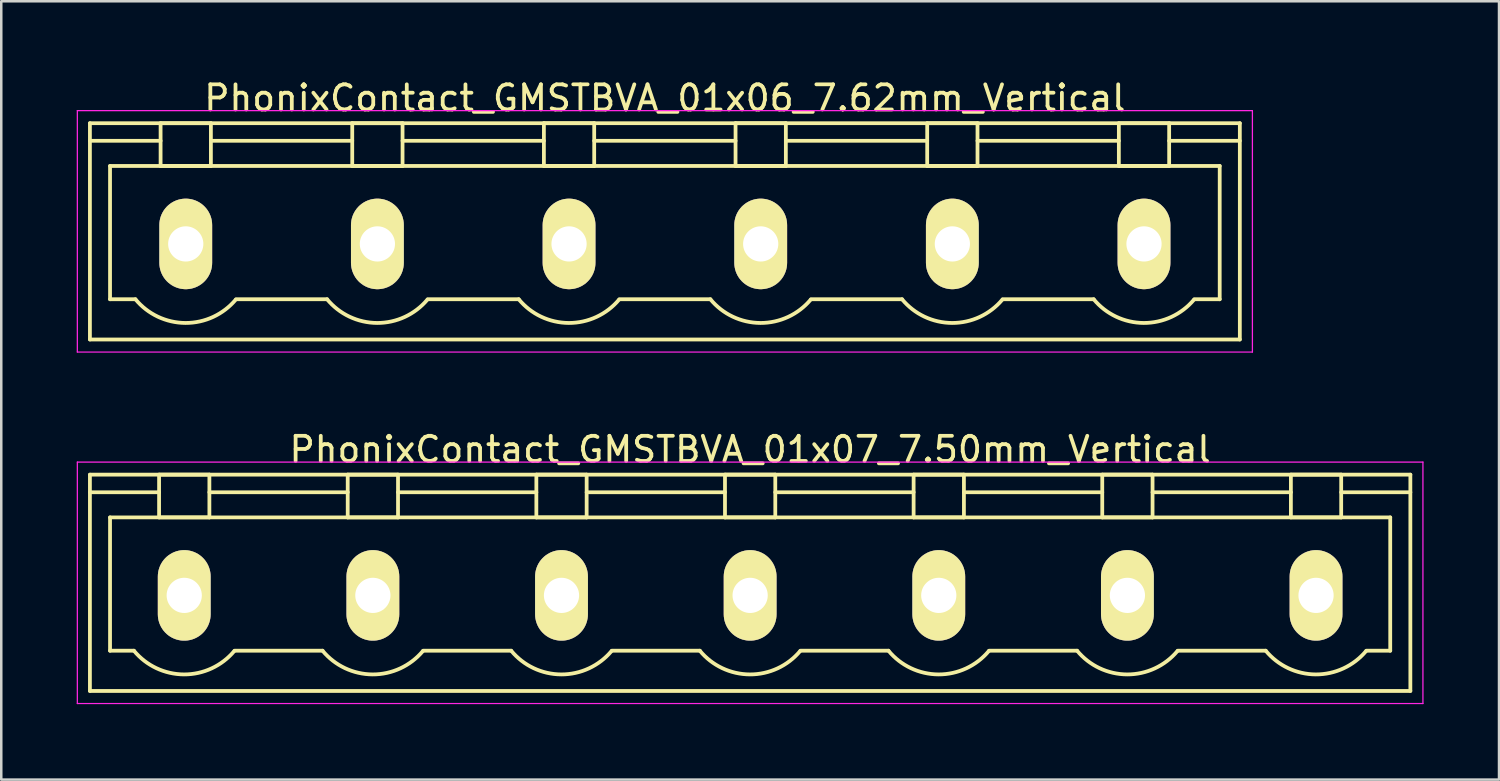
<source format=kicad_pcb>
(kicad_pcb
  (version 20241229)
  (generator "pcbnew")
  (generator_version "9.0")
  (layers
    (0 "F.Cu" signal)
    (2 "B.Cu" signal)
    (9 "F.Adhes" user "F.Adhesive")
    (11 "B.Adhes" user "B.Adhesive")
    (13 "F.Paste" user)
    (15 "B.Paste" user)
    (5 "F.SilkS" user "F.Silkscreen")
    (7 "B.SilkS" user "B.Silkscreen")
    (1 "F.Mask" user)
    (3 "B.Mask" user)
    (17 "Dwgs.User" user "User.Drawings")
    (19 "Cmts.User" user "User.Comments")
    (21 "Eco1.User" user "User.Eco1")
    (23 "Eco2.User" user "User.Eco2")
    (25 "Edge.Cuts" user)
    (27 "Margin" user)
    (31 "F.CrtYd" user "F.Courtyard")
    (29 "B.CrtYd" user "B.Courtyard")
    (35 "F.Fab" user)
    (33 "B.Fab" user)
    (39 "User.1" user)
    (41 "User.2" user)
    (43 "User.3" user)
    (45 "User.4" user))
  (footprint "PhonixContact_GMSTBVA_01x06_7.62mm_Vertical"
    (layer "F.Cu")
    (at 4.335 6.648)
    (property "Reference" "PhonixContact_GMSTBVA_01x06_7.62mm_Vertical" (at 19.05 -5.8 0) (layer "F.SilkS") (effects (font (size 1 1) (thickness 0.15))))
    (attr through_hole)
    (fp_line (start -3.81 -4.8) (end -3.81 3.8) (stroke (width 0.15) (type solid)) (layer "F.SilkS"))
    (fp_line (start -3.81 -4.1) (end -1 -4.1) (stroke (width 0.15) (type solid)) (layer "F.SilkS"))
    (fp_line (start -3.81 3.8) (end 41.91 3.8) (stroke (width 0.15) (type solid)) (layer "F.SilkS"))
    (fp_line (start -3.01 -3.1) (end 41.11 -3.1) (stroke (width 0.15) (type solid)) (layer "F.SilkS"))
    (fp_line (start -3.01 2.2) (end -3.01 -3.1) (stroke (width 0.15) (type solid)) (layer "F.SilkS"))
    (fp_line (start -2 2.2) (end -3.01 2.2) (stroke (width 0.15) (type solid)) (layer "F.SilkS"))
    (fp_line (start -1 -4.8) (end 1 -4.8) (stroke (width 0.15) (type solid)) (layer "F.SilkS"))
    (fp_line (start -1 -3.1) (end -1 -4.8) (stroke (width 0.15) (type solid)) (layer "F.SilkS"))
    (fp_line (start 1 -4.8) (end 1 -3.1) (stroke (width 0.15) (type solid)) (layer "F.SilkS"))
    (fp_line (start 1 -4.1) (end 6.62 -4.1) (stroke (width 0.15) (type solid)) (layer "F.SilkS"))
    (fp_line (start 1 -3.1) (end -1 -3.1) (stroke (width 0.15) (type solid)) (layer "F.SilkS"))
    (fp_line (start 2 2.2) (end 5.62 2.2) (stroke (width 0.15) (type solid)) (layer "F.SilkS"))
    (fp_line (start 6.62 -4.8) (end 8.62 -4.8) (stroke (width 0.15) (type solid)) (layer "F.SilkS"))
    (fp_line (start 6.62 -3.1) (end 6.62 -4.8) (stroke (width 0.15) (type solid)) (layer "F.SilkS"))
    (fp_line (start 8.62 -4.8) (end 8.62 -3.1) (stroke (width 0.15) (type solid)) (layer "F.SilkS"))
    (fp_line (start 8.62 -4.1) (end 14.24 -4.1) (stroke (width 0.15) (type solid)) (layer "F.SilkS"))
    (fp_line (start 8.62 -3.1) (end 6.62 -3.1) (stroke (width 0.15) (type solid)) (layer "F.SilkS"))
    (fp_line (start 9.62 2.2) (end 13.24 2.2) (stroke (width 0.15) (type solid)) (layer "F.SilkS"))
    (fp_line (start 14.24 -4.8) (end 16.24 -4.8) (stroke (width 0.15) (type solid)) (layer "F.SilkS"))
    (fp_line (start 14.24 -3.1) (end 14.24 -4.8) (stroke (width 0.15) (type solid)) (layer "F.SilkS"))
    (fp_line (start 16.24 -4.8) (end 16.24 -3.1) (stroke (width 0.15) (type solid)) (layer "F.SilkS"))
    (fp_line (start 16.24 -4.1) (end 21.86 -4.1) (stroke (width 0.15) (type solid)) (layer "F.SilkS"))
    (fp_line (start 16.24 -3.1) (end 14.24 -3.1) (stroke (width 0.15) (type solid)) (layer "F.SilkS"))
    (fp_line (start 17.24 2.2) (end 20.86 2.2) (stroke (width 0.15) (type solid)) (layer "F.SilkS"))
    (fp_line (start 21.86 -4.8) (end 23.86 -4.8) (stroke (width 0.15) (type solid)) (layer "F.SilkS"))
    (fp_line (start 21.86 -3.1) (end 21.86 -4.8) (stroke (width 0.15) (type solid)) (layer "F.SilkS"))
    (fp_line (start 23.86 -4.8) (end 23.86 -3.1) (stroke (width 0.15) (type solid)) (layer "F.SilkS"))
    (fp_line (start 23.86 -4.1) (end 29.48 -4.1) (stroke (width 0.15) (type solid)) (layer "F.SilkS"))
    (fp_line (start 23.86 -3.1) (end 21.86 -3.1) (stroke (width 0.15) (type solid)) (layer "F.SilkS"))
    (fp_line (start 24.86 2.2) (end 28.48 2.2) (stroke (width 0.15) (type solid)) (layer "F.SilkS"))
    (fp_line (start 29.48 -4.8) (end 31.48 -4.8) (stroke (width 0.15) (type solid)) (layer "F.SilkS"))
    (fp_line (start 29.48 -3.1) (end 29.48 -4.8) (stroke (width 0.15) (type solid)) (layer "F.SilkS"))
    (fp_line (start 31.48 -4.8) (end 31.48 -3.1) (stroke (width 0.15) (type solid)) (layer "F.SilkS"))
    (fp_line (start 31.48 -4.1) (end 37.1 -4.1) (stroke (width 0.15) (type solid)) (layer "F.SilkS"))
    (fp_line (start 31.48 -3.1) (end 29.48 -3.1) (stroke (width 0.15) (type solid)) (layer "F.SilkS"))
    (fp_line (start 32.48 2.2) (end 36.1 2.2) (stroke (width 0.15) (type solid)) (layer "F.SilkS"))
    (fp_line (start 37.1 -4.8) (end 39.1 -4.8) (stroke (width 0.15) (type solid)) (layer "F.SilkS"))
    (fp_line (start 37.1 -3.1) (end 37.1 -4.8) (stroke (width 0.15) (type solid)) (layer "F.SilkS"))
    (fp_line (start 39.1 -4.8) (end 39.1 -3.1) (stroke (width 0.15) (type solid)) (layer "F.SilkS"))
    (fp_line (start 39.1 -3.1) (end 37.1 -3.1) (stroke (width 0.15) (type solid)) (layer "F.SilkS"))
    (fp_line (start 41.11 -3.1) (end 41.11 2.2) (stroke (width 0.15) (type solid)) (layer "F.SilkS"))
    (fp_line (start 41.11 2.2) (end 40.1 2.2) (stroke (width 0.15) (type solid)) (layer "F.SilkS"))
    (fp_line (start 41.91 -4.8) (end -3.81 -4.8) (stroke (width 0.15) (type solid)) (layer "F.SilkS"))
    (fp_line (start 41.91 -4.1) (end 39.1 -4.1) (stroke (width 0.15) (type solid)) (layer "F.SilkS"))
    (fp_line (start 41.91 3.8) (end 41.91 -4.8) (stroke (width 0.15) (type solid)) (layer "F.SilkS"))
    (fp_arc (start 1.986842 2.215821) (mid -0.010289 3.142758) (end -2 2.2) (stroke (width 0.15) (type solid)) (layer "F.SilkS"))
    (fp_arc (start 9.606842 2.215821) (mid 7.609711 3.142758) (end 5.62 2.2) (stroke (width 0.15) (type solid)) (layer "F.SilkS"))
    (fp_arc (start 17.226842 2.215821) (mid 15.229711 3.142758) (end 13.24 2.2) (stroke (width 0.15) (type solid)) (layer "F.SilkS"))
    (fp_arc (start 24.846842 2.215821) (mid 22.849711 3.142758) (end 20.86 2.2) (stroke (width 0.15) (type solid)) (layer "F.SilkS"))
    (fp_arc (start 32.466842 2.215821) (mid 30.469711 3.142758) (end 28.48 2.2) (stroke (width 0.15) (type solid)) (layer "F.SilkS"))
    (fp_arc (start 40.086842 2.215821) (mid 38.089711 3.142758) (end 36.1 2.2) (stroke (width 0.15) (type solid)) (layer "F.SilkS"))
    (fp_line (start -4.31 -5.3) (end -4.31 4.3) (stroke (width 0.05) (type solid)) (layer "F.CrtYd"))
    (fp_line (start -4.31 4.3) (end 42.41 4.3) (stroke (width 0.05) (type solid)) (layer "F.CrtYd"))
    (fp_line (start 42.41 -5.3) (end -4.31 -5.3) (stroke (width 0.05) (type solid)) (layer "F.CrtYd"))
    (fp_line (start 42.41 4.3) (end 42.41 -5.3) (stroke (width 0.05) (type solid)) (layer "F.CrtYd"))
    (pad "1" thru_hole oval (at 0 0) (size 2.1 3.6) (drill 1.4) (layers "*.Cu" "*.Mask" "F.SilkS"))
    (pad "2" thru_hole oval (at 7.62 0) (size 2.1 3.6) (drill 1.4) (layers "*.Cu" "*.Mask" "F.SilkS"))
    (pad "3" thru_hole oval (at 15.24 0) (size 2.1 3.6) (drill 1.4) (layers "*.Cu" "*.Mask" "F.SilkS"))
    (pad "4" thru_hole oval (at 22.86 0) (size 2.1 3.6) (drill 1.4) (layers "*.Cu" "*.Mask" "F.SilkS"))
    (pad "5" thru_hole oval (at 30.48 0) (size 2.1 3.6) (drill 1.4) (layers "*.Cu" "*.Mask" "F.SilkS"))
    (pad "6" thru_hole oval (at 38.1 0) (size 2.1 3.6) (drill 1.4) (layers "*.Cu" "*.Mask" "F.SilkS")))
  (footprint "PhonixContact_GMSTBVA_01x07_7.50mm_Vertical"
    (layer "F.Cu")
    (at 4.275 20.622)
    (property "Reference" "PhonixContact_GMSTBVA_01x07_7.50mm_Vertical" (at 22.5 -5.8 0) (layer "F.SilkS") (effects (font (size 1 1) (thickness 0.15))))
    (attr through_hole)
    (fp_line (start -3.75 -4.8) (end -3.75 3.8) (stroke (width 0.15) (type solid)) (layer "F.SilkS"))
    (fp_line (start -3.75 -4.1) (end -1 -4.1) (stroke (width 0.15) (type solid)) (layer "F.SilkS"))
    (fp_line (start -3.75 3.8) (end 48.75 3.8) (stroke (width 0.15) (type solid)) (layer "F.SilkS"))
    (fp_line (start -2.95 -3.1) (end 47.95 -3.1) (stroke (width 0.15) (type solid)) (layer "F.SilkS"))
    (fp_line (start -2.95 2.2) (end -2.95 -3.1) (stroke (width 0.15) (type solid)) (layer "F.SilkS"))
    (fp_line (start -2 2.2) (end -2.95 2.2) (stroke (width 0.15) (type solid)) (layer "F.SilkS"))
    (fp_line (start -1 -4.8) (end 1 -4.8) (stroke (width 0.15) (type solid)) (layer "F.SilkS"))
    (fp_line (start -1 -3.1) (end -1 -4.8) (stroke (width 0.15) (type solid)) (layer "F.SilkS"))
    (fp_line (start 1 -4.8) (end 1 -3.1) (stroke (width 0.15) (type solid)) (layer "F.SilkS"))
    (fp_line (start 1 -4.1) (end 6.5 -4.1) (stroke (width 0.15) (type solid)) (layer "F.SilkS"))
    (fp_line (start 1 -3.1) (end -1 -3.1) (stroke (width 0.15) (type solid)) (layer "F.SilkS"))
    (fp_line (start 2 2.2) (end 5.5 2.2) (stroke (width 0.15) (type solid)) (layer "F.SilkS"))
    (fp_line (start 6.5 -4.8) (end 8.5 -4.8) (stroke (width 0.15) (type solid)) (layer "F.SilkS"))
    (fp_line (start 6.5 -3.1) (end 6.5 -4.8) (stroke (width 0.15) (type solid)) (layer "F.SilkS"))
    (fp_line (start 8.5 -4.8) (end 8.5 -3.1) (stroke (width 0.15) (type solid)) (layer "F.SilkS"))
    (fp_line (start 8.5 -4.1) (end 14 -4.1) (stroke (width 0.15) (type solid)) (layer "F.SilkS"))
    (fp_line (start 8.5 -3.1) (end 6.5 -3.1) (stroke (width 0.15) (type solid)) (layer "F.SilkS"))
    (fp_line (start 9.5 2.2) (end 13 2.2) (stroke (width 0.15) (type solid)) (layer "F.SilkS"))
    (fp_line (start 14 -4.8) (end 16 -4.8) (stroke (width 0.15) (type solid)) (layer "F.SilkS"))
    (fp_line (start 14 -3.1) (end 14 -4.8) (stroke (width 0.15) (type solid)) (layer "F.SilkS"))
    (fp_line (start 16 -4.8) (end 16 -3.1) (stroke (width 0.15) (type solid)) (layer "F.SilkS"))
    (fp_line (start 16 -4.1) (end 21.5 -4.1) (stroke (width 0.15) (type solid)) (layer "F.SilkS"))
    (fp_line (start 16 -3.1) (end 14 -3.1) (stroke (width 0.15) (type solid)) (layer "F.SilkS"))
    (fp_line (start 17 2.2) (end 20.5 2.2) (stroke (width 0.15) (type solid)) (layer "F.SilkS"))
    (fp_line (start 21.5 -4.8) (end 23.5 -4.8) (stroke (width 0.15) (type solid)) (layer "F.SilkS"))
    (fp_line (start 21.5 -3.1) (end 21.5 -4.8) (stroke (width 0.15) (type solid)) (layer "F.SilkS"))
    (fp_line (start 23.5 -4.8) (end 23.5 -3.1) (stroke (width 0.15) (type solid)) (layer "F.SilkS"))
    (fp_line (start 23.5 -4.1) (end 29 -4.1) (stroke (width 0.15) (type solid)) (layer "F.SilkS"))
    (fp_line (start 23.5 -3.1) (end 21.5 -3.1) (stroke (width 0.15) (type solid)) (layer "F.SilkS"))
    (fp_line (start 24.5 2.2) (end 28 2.2) (stroke (width 0.15) (type solid)) (layer "F.SilkS"))
    (fp_line (start 29 -4.8) (end 31 -4.8) (stroke (width 0.15) (type solid)) (layer "F.SilkS"))
    (fp_line (start 29 -3.1) (end 29 -4.8) (stroke (width 0.15) (type solid)) (layer "F.SilkS"))
    (fp_line (start 31 -4.8) (end 31 -3.1) (stroke (width 0.15) (type solid)) (layer "F.SilkS"))
    (fp_line (start 31 -4.1) (end 36.5 -4.1) (stroke (width 0.15) (type solid)) (layer "F.SilkS"))
    (fp_line (start 31 -3.1) (end 29 -3.1) (stroke (width 0.15) (type solid)) (layer "F.SilkS"))
    (fp_line (start 32 2.2) (end 35.5 2.2) (stroke (width 0.15) (type solid)) (layer "F.SilkS"))
    (fp_line (start 36.5 -4.8) (end 38.5 -4.8) (stroke (width 0.15) (type solid)) (layer "F.SilkS"))
    (fp_line (start 36.5 -3.1) (end 36.5 -4.8) (stroke (width 0.15) (type solid)) (layer "F.SilkS"))
    (fp_line (start 38.5 -4.8) (end 38.5 -3.1) (stroke (width 0.15) (type solid)) (layer "F.SilkS"))
    (fp_line (start 38.5 -4.1) (end 44 -4.1) (stroke (width 0.15) (type solid)) (layer "F.SilkS"))
    (fp_line (start 38.5 -3.1) (end 36.5 -3.1) (stroke (width 0.15) (type solid)) (layer "F.SilkS"))
    (fp_line (start 39.5 2.2) (end 43 2.2) (stroke (width 0.15) (type solid)) (layer "F.SilkS"))
    (fp_line (start 44 -4.8) (end 46 -4.8) (stroke (width 0.15) (type solid)) (layer "F.SilkS"))
    (fp_line (start 44 -3.1) (end 44 -4.8) (stroke (width 0.15) (type solid)) (layer "F.SilkS"))
    (fp_line (start 46 -4.8) (end 46 -3.1) (stroke (width 0.15) (type solid)) (layer "F.SilkS"))
    (fp_line (start 46 -3.1) (end 44 -3.1) (stroke (width 0.15) (type solid)) (layer "F.SilkS"))
    (fp_line (start 47.95 -3.1) (end 47.95 2.2) (stroke (width 0.15) (type solid)) (layer "F.SilkS"))
    (fp_line (start 47.95 2.2) (end 47 2.2) (stroke (width 0.15) (type solid)) (layer "F.SilkS"))
    (fp_line (start 48.75 -4.8) (end -3.75 -4.8) (stroke (width 0.15) (type solid)) (layer "F.SilkS"))
    (fp_line (start 48.75 -4.1) (end 46 -4.1) (stroke (width 0.15) (type solid)) (layer "F.SilkS"))
    (fp_line (start 48.75 3.8) (end 48.75 -4.8) (stroke (width 0.15) (type solid)) (layer "F.SilkS"))
    (fp_arc (start 1.986842 2.215821) (mid -0.010289 3.142758) (end -2 2.2) (stroke (width 0.15) (type solid)) (layer "F.SilkS"))
    (fp_arc (start 9.486842 2.215821) (mid 7.489711 3.142758) (end 5.5 2.2) (stroke (width 0.15) (type solid)) (layer "F.SilkS"))
    (fp_arc (start 16.986842 2.215821) (mid 14.989711 3.142758) (end 13 2.2) (stroke (width 0.15) (type solid)) (layer "F.SilkS"))
    (fp_arc (start 24.486842 2.215821) (mid 22.489711 3.142758) (end 20.5 2.2) (stroke (width 0.15) (type solid)) (layer "F.SilkS"))
    (fp_arc (start 31.986842 2.215821) (mid 29.989711 3.142758) (end 28 2.2) (stroke (width 0.15) (type solid)) (layer "F.SilkS"))
    (fp_arc (start 39.486842 2.215821) (mid 37.489711 3.142758) (end 35.5 2.2) (stroke (width 0.15) (type solid)) (layer "F.SilkS"))
    (fp_arc (start 46.986842 2.215821) (mid 44.989711 3.142758) (end 43 2.2) (stroke (width 0.15) (type solid)) (layer "F.SilkS"))
    (fp_line (start -4.25 -5.3) (end -4.25 4.3) (stroke (width 0.05) (type solid)) (layer "F.CrtYd"))
    (fp_line (start -4.25 4.3) (end 49.25 4.3) (stroke (width 0.05) (type solid)) (layer "F.CrtYd"))
    (fp_line (start 49.25 -5.3) (end -4.25 -5.3) (stroke (width 0.05) (type solid)) (layer "F.CrtYd"))
    (fp_line (start 49.25 4.3) (end 49.25 -5.3) (stroke (width 0.05) (type solid)) (layer "F.CrtYd"))
    (pad "1" thru_hole oval (at 0 0) (size 2.1 3.6) (drill 1.4) (layers "*.Cu" "*.Mask" "F.SilkS"))
    (pad "2" thru_hole oval (at 7.5 0) (size 2.1 3.6) (drill 1.4) (layers "*.Cu" "*.Mask" "F.SilkS"))
    (pad "3" thru_hole oval (at 15 0) (size 2.1 3.6) (drill 1.4) (layers "*.Cu" "*.Mask" "F.SilkS"))
    (pad "4" thru_hole oval (at 22.5 0) (size 2.1 3.6) (drill 1.4) (layers "*.Cu" "*.Mask" "F.SilkS"))
    (pad "5" thru_hole oval (at 30 0) (size 2.1 3.6) (drill 1.4) (layers "*.Cu" "*.Mask" "F.SilkS"))
    (pad "6" thru_hole oval (at 37.5 0) (size 2.1 3.6) (drill 1.4) (layers "*.Cu" "*.Mask" "F.SilkS"))
    (pad "7" thru_hole oval (at 45 0) (size 2.1 3.6) (drill 1.4) (layers "*.Cu" "*.Mask" "F.SilkS")))
  (gr_rect
    (start -3 -3)
    (end 56.55 27.947)
    (stroke (width 0.1) (type default))
    (fill no)
    (layer "Edge.Cuts")))
</source>
